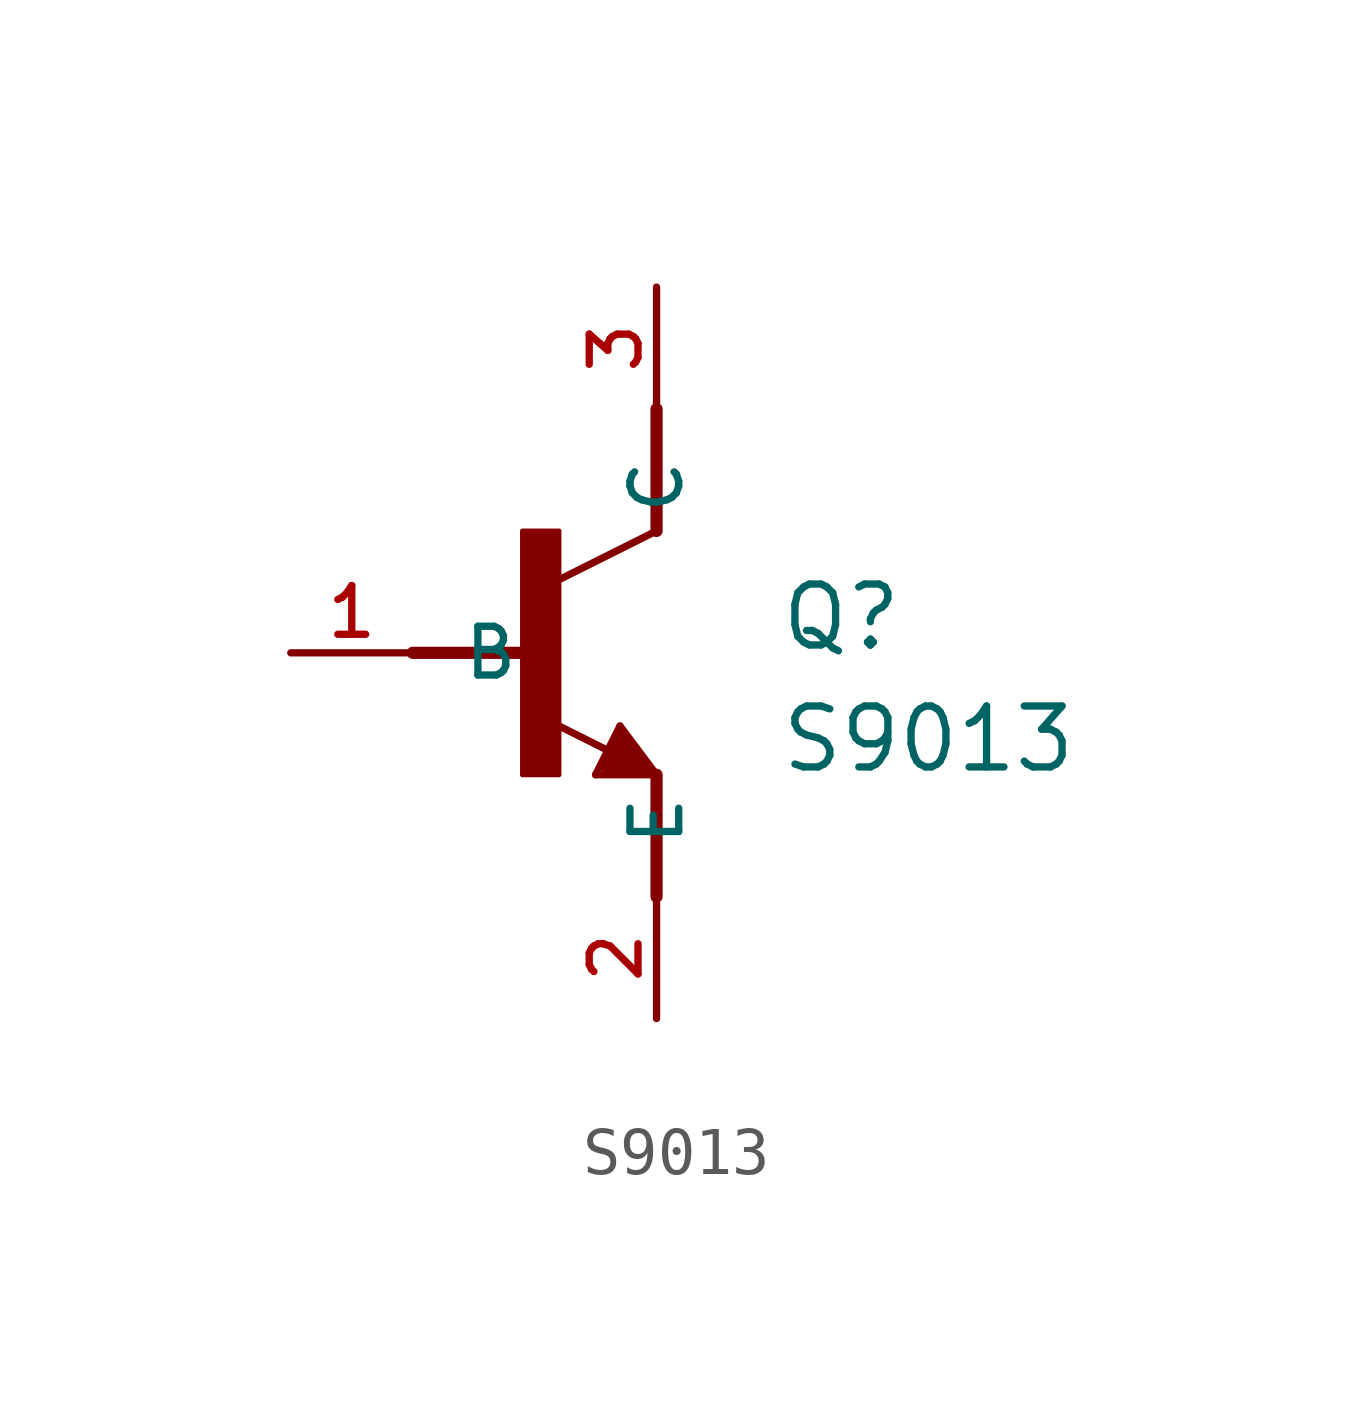
<source format=kicad_sym>
(kicad_symbol_lib
  (version 20211014)
  (generator kicad_symbol_editor)
  (symbol "S9013"
    (pin_names
      (offset 1.016))
    (property "Reference" "Q"
      (at 5.081 0.0 0)
      (effects (font (size 1.27 1.27)) (justify bottom left)))
    (property "Value" "S9013"
      (at 5.082 -2.541 0)
      (effects (font (size 1.27 1.27)) (justify bottom left)))
    (symbol "S9013_0_0"
      (polyline (pts (xy 2.54 2.54) (xy 0.508 1.524)) (stroke (width 0.152)))
      (polyline (pts (xy 1.778 -1.524) (xy 2.54 -2.54)) (stroke (width 0.152)))
      (polyline (pts (xy 2.54 -2.54) (xy 1.27 -2.54)) (stroke (width 0.152)))
      (polyline (pts (xy 1.27 -2.54) (xy 1.778 -1.524)) (stroke (width 0.152)))
      (polyline (pts (xy 1.54 -2.04) (xy 0.308 -1.424)) (stroke (width 0.152)))
      (polyline (pts (xy 1.524 -2.413) (xy 2.286 -2.413)) (stroke (width 0.254)))
      (polyline (pts (xy 2.286 -2.413) (xy 1.778 -1.778)) (stroke (width 0.254)))
      (polyline (pts (xy 1.778 -1.778) (xy 1.524 -2.286)) (stroke (width 0.254)))
      (polyline (pts (xy 1.524 -2.286) (xy 1.905 -2.286)) (stroke (width 0.254)))
      (polyline (pts (xy 1.905 -2.286) (xy 1.778 -2.032)) (stroke (width 0.254)))
      (rectangle (start -0.254 -2.542) (end 0.508 2.54) (stroke (width 0.1)) (fill (type outline)))
      (polyline (pts (xy -2.54 0.0) (xy 0.0 0.0)) (stroke (width 0.254)))
      (polyline (pts (xy 2.54 5.08) (xy 2.54 2.54)) (stroke (width 0.254)))
      (polyline (pts (xy 2.54 -2.54) (xy 2.54 -5.08)) (stroke (width 0.254)))
      (pin passive line (at -5.08 0.0 0) (length 2.54) (name "B" (effects (font (size 1.016 1.016)))) (number "1" (effects (font (size 1.016 1.016)))))
      (pin passive line (at 2.54 -7.62 90.0) (length 2.54) (name "E" (effects (font (size 1.016 1.016)))) (number "2" (effects (font (size 1.016 1.016)))))
      (pin passive line (at 2.54 7.62 270.0) (length 2.54) (name "C" (effects (font (size 1.016 1.016)))) (number "3" (effects (font (size 1.016 1.016))))))))
</source>
